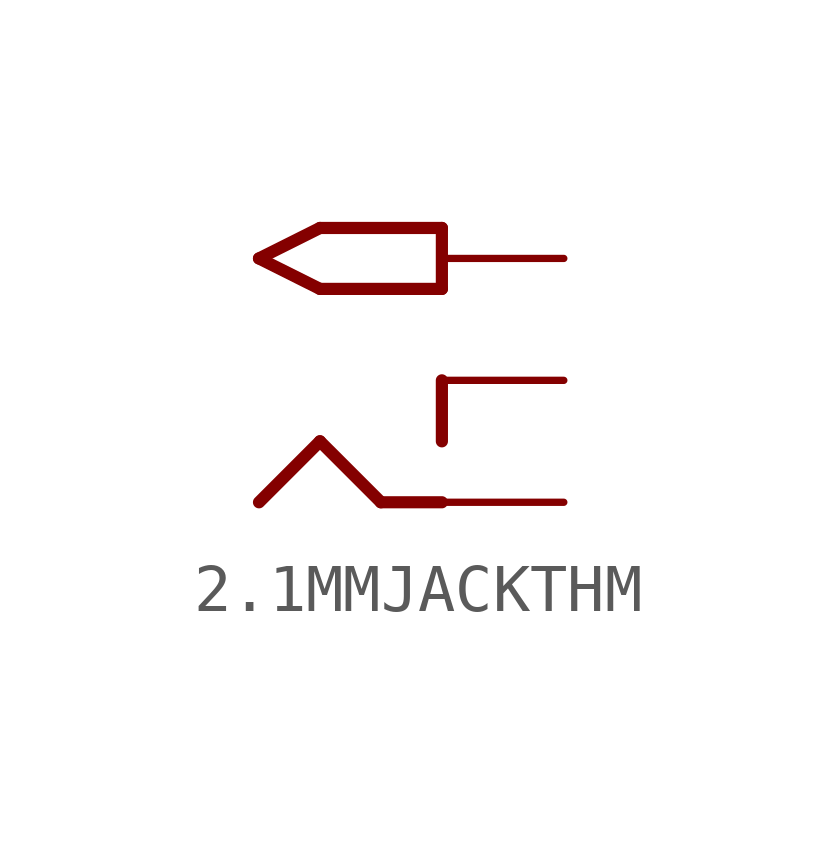
<source format=kicad_sym>
(kicad_symbol_lib
  (version 20220914)
  (generator kicad_symbol_editor)
  (symbol "2.1MMJACKTHM"
    (property "Reference" ""
      (at -2.54 5.08 0)
      (effects (font (size 1.27 1.079)) (justify left bottom) hide))
    (property "ki_locked" ""
      (at 0 0 0)
      (effects (font (size 1.27 1.27))))
    (symbol "2.1MMJACKTHM_1_0"
      (polyline (pts (xy -1.27 2.54) (xy 0 1.905)) (stroke (width 0.254) (type solid)) (fill (type none)))
      (polyline (pts (xy 0 -1.27) (xy -1.27 -2.54)) (stroke (width 0.254) (type solid)) (fill (type none)))
      (polyline (pts (xy 0 1.905) (xy 2.54 1.905)) (stroke (width 0.254) (type solid)) (fill (type none)))
      (polyline (pts (xy 0 3.175) (xy -1.27 2.54)) (stroke (width 0.254) (type solid)) (fill (type none)))
      (polyline (pts (xy 1.27 -2.54) (xy 0 -1.27)) (stroke (width 0.254) (type solid)) (fill (type none)))
      (polyline (pts (xy 2.54 -2.54) (xy 1.27 -2.54)) (stroke (width 0.254) (type solid)) (fill (type none)))
      (polyline (pts (xy 2.54 0) (xy 2.54 -1.27)) (stroke (width 0.254) (type solid)) (fill (type none)))
      (polyline (pts (xy 2.54 1.905) (xy 2.54 3.175)) (stroke (width 0.254) (type solid)) (fill (type none)))
      (polyline (pts (xy 2.54 3.175) (xy 0 3.175)) (stroke (width 0.254) (type solid)) (fill (type none)))
      (pin bidirectional line (at 5.08 -2.54 180) (length 2.54) (name "RING" (effects (font (size 0 0)))) (number "RING" (effects (font (size 0 0)))))
      (pin bidirectional line (at 5.08 0 180) (length 2.54) (name "RING_SW" (effects (font (size 0 0)))) (number "RING_SW" (effects (font (size 0 0)))))
      (pin bidirectional line (at 5.08 2.54 180) (length 2.54) (name "TIP" (effects (font (size 0 0)))) (number "TIP" (effects (font (size 0 0))))))))
</source>
